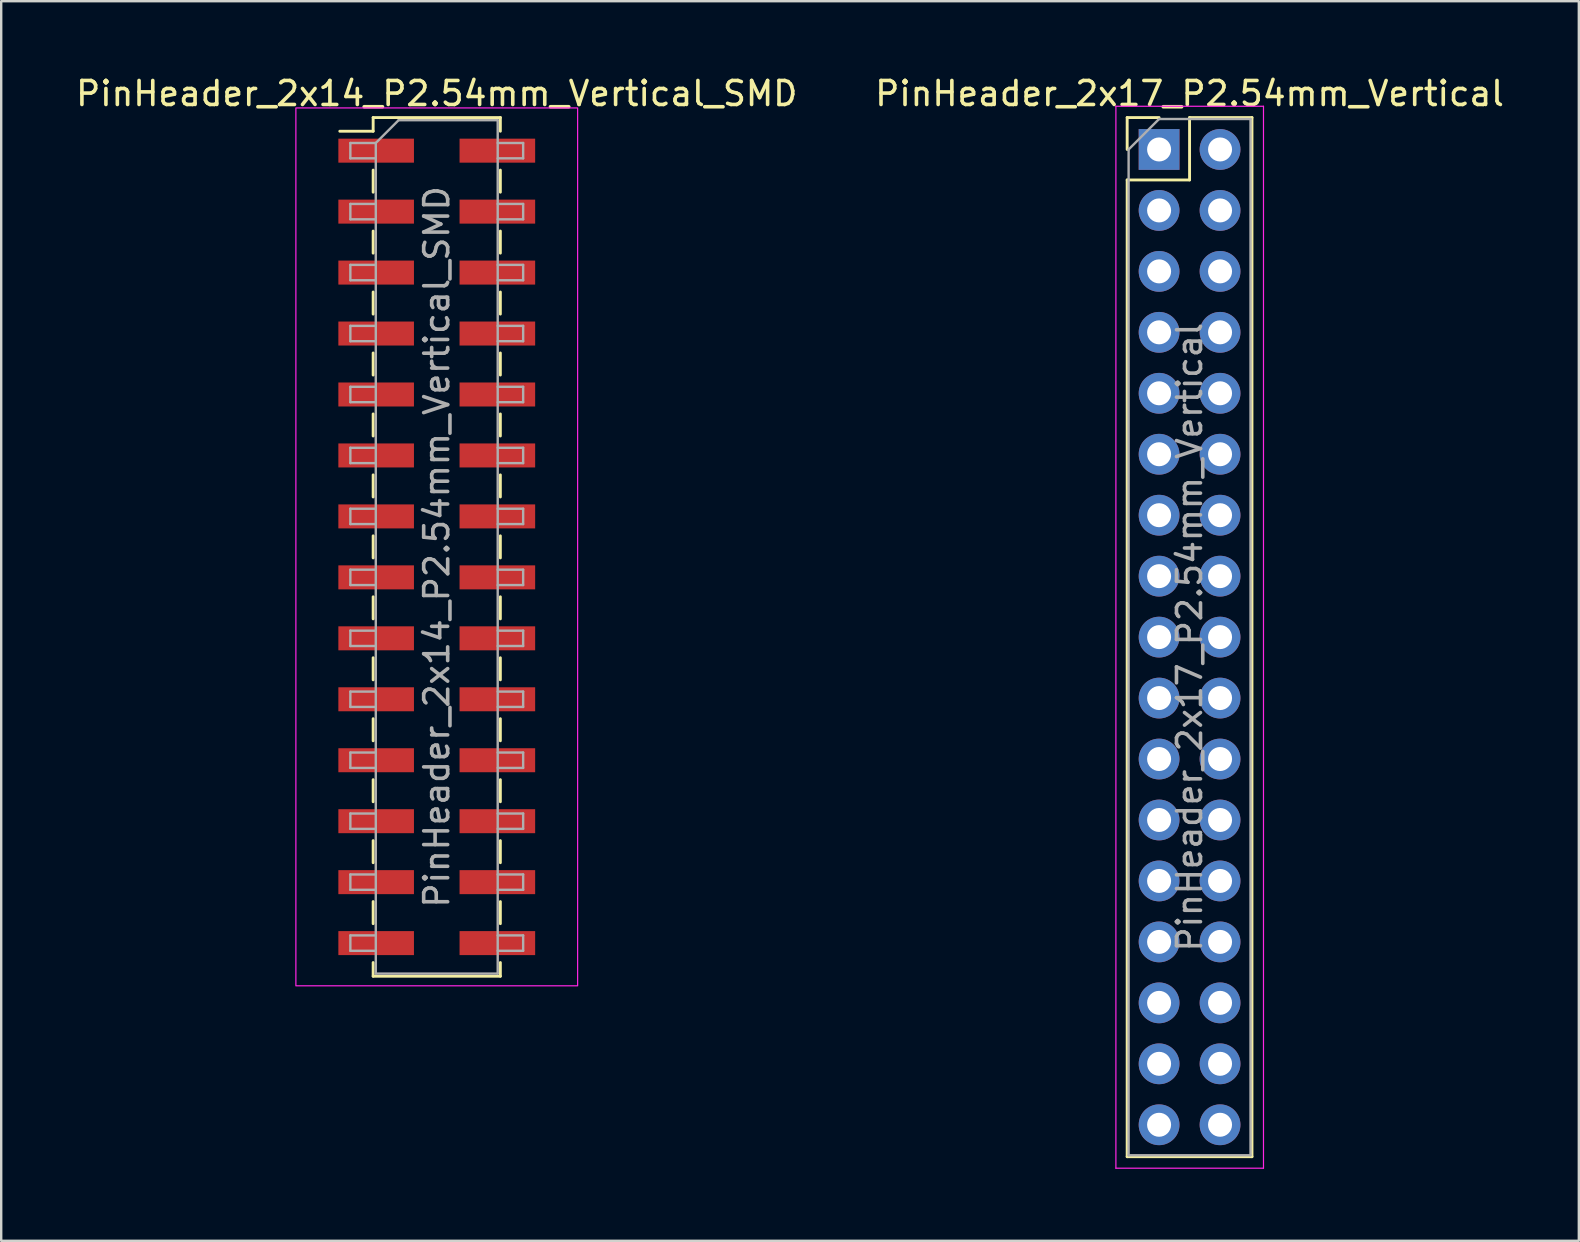
<source format=kicad_pcb>
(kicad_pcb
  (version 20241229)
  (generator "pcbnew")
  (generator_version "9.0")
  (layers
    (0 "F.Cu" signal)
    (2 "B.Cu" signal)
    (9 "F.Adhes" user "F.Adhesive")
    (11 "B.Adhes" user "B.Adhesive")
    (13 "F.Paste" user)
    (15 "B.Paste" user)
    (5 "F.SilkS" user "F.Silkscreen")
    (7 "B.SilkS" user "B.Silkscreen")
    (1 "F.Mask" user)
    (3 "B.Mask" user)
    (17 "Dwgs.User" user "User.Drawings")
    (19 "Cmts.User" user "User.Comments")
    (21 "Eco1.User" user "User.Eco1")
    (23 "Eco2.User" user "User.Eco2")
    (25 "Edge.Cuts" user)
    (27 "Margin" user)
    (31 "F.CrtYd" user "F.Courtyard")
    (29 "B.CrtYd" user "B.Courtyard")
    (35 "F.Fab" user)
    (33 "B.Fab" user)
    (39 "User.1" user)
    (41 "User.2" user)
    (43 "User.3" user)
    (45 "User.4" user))
  (footprint "PinHeader_2x14_P2.54mm_Vertical_SMD"
    (layer "F.Cu")
    (at 15.149 19.738)
    (property "Reference" "PinHeader_2x14_P2.54mm_Vertical_SMD" (at 0 -18.89 0) (layer "F.SilkS") (effects (font (size 1 1) (thickness 0.15))))
    (attr smd)
    (fp_line (start -4.04 -17.32) (end -2.65 -17.32) (stroke (width 0.12) (type solid)) (layer "F.SilkS"))
    (fp_line (start -2.65 -17.89) (end -2.65 -17.32) (stroke (width 0.12) (type solid)) (layer "F.SilkS"))
    (fp_line (start -2.65 -17.89) (end 2.65 -17.89) (stroke (width 0.12) (type solid)) (layer "F.SilkS"))
    (fp_line (start -2.65 -15.7) (end -2.65 -14.78) (stroke (width 0.12) (type solid)) (layer "F.SilkS"))
    (fp_line (start -2.65 -13.16) (end -2.65 -12.24) (stroke (width 0.12) (type solid)) (layer "F.SilkS"))
    (fp_line (start -2.65 -10.62) (end -2.65 -9.7) (stroke (width 0.12) (type solid)) (layer "F.SilkS"))
    (fp_line (start -2.65 -8.08) (end -2.65 -7.16) (stroke (width 0.12) (type solid)) (layer "F.SilkS"))
    (fp_line (start -2.65 -5.54) (end -2.65 -4.62) (stroke (width 0.12) (type solid)) (layer "F.SilkS"))
    (fp_line (start -2.65 -3) (end -2.65 -2.08) (stroke (width 0.12) (type solid)) (layer "F.SilkS"))
    (fp_line (start -2.65 -0.46) (end -2.65 0.46) (stroke (width 0.12) (type solid)) (layer "F.SilkS"))
    (fp_line (start -2.65 2.08) (end -2.65 3) (stroke (width 0.12) (type solid)) (layer "F.SilkS"))
    (fp_line (start -2.65 4.62) (end -2.65 5.54) (stroke (width 0.12) (type solid)) (layer "F.SilkS"))
    (fp_line (start -2.65 7.16) (end -2.65 8.08) (stroke (width 0.12) (type solid)) (layer "F.SilkS"))
    (fp_line (start -2.65 9.7) (end -2.65 10.62) (stroke (width 0.12) (type solid)) (layer "F.SilkS"))
    (fp_line (start -2.65 12.24) (end -2.65 13.16) (stroke (width 0.12) (type solid)) (layer "F.SilkS"))
    (fp_line (start -2.65 14.78) (end -2.65 15.7) (stroke (width 0.12) (type solid)) (layer "F.SilkS"))
    (fp_line (start -2.65 17.32) (end -2.65 17.89) (stroke (width 0.12) (type solid)) (layer "F.SilkS"))
    (fp_line (start -2.65 17.89) (end 2.65 17.89) (stroke (width 0.12) (type solid)) (layer "F.SilkS"))
    (fp_line (start 2.65 -17.89) (end 2.65 -17.32) (stroke (width 0.12) (type solid)) (layer "F.SilkS"))
    (fp_line (start 2.65 -15.7) (end 2.65 -14.78) (stroke (width 0.12) (type solid)) (layer "F.SilkS"))
    (fp_line (start 2.65 -13.16) (end 2.65 -12.24) (stroke (width 0.12) (type solid)) (layer "F.SilkS"))
    (fp_line (start 2.65 -10.62) (end 2.65 -9.7) (stroke (width 0.12) (type solid)) (layer "F.SilkS"))
    (fp_line (start 2.65 -8.08) (end 2.65 -7.16) (stroke (width 0.12) (type solid)) (layer "F.SilkS"))
    (fp_line (start 2.65 -5.54) (end 2.65 -4.62) (stroke (width 0.12) (type solid)) (layer "F.SilkS"))
    (fp_line (start 2.65 -3) (end 2.65 -2.08) (stroke (width 0.12) (type solid)) (layer "F.SilkS"))
    (fp_line (start 2.65 -0.46) (end 2.65 0.46) (stroke (width 0.12) (type solid)) (layer "F.SilkS"))
    (fp_line (start 2.65 2.08) (end 2.65 3) (stroke (width 0.12) (type solid)) (layer "F.SilkS"))
    (fp_line (start 2.65 4.62) (end 2.65 5.54) (stroke (width 0.12) (type solid)) (layer "F.SilkS"))
    (fp_line (start 2.65 7.16) (end 2.65 8.08) (stroke (width 0.12) (type solid)) (layer "F.SilkS"))
    (fp_line (start 2.65 9.7) (end 2.65 10.62) (stroke (width 0.12) (type solid)) (layer "F.SilkS"))
    (fp_line (start 2.65 12.24) (end 2.65 13.16) (stroke (width 0.12) (type solid)) (layer "F.SilkS"))
    (fp_line (start 2.65 14.78) (end 2.65 15.7) (stroke (width 0.12) (type solid)) (layer "F.SilkS"))
    (fp_line (start 2.65 17.32) (end 2.65 17.89) (stroke (width 0.12) (type solid)) (layer "F.SilkS"))
    (fp_rect (start -5.87 -18.29) (end 5.87 18.29) (stroke (width 0.05) (type solid)) (fill no) (layer "F.CrtYd"))
    (fp_line (start -3.6 -16.83) (end -3.6 -16.19) (stroke (width 0.1) (type solid)) (layer "F.Fab"))
    (fp_line (start -3.6 -16.19) (end -2.54 -16.19) (stroke (width 0.1) (type solid)) (layer "F.Fab"))
    (fp_line (start -3.6 -14.29) (end -3.6 -13.65) (stroke (width 0.1) (type solid)) (layer "F.Fab"))
    (fp_line (start -3.6 -13.65) (end -2.54 -13.65) (stroke (width 0.1) (type solid)) (layer "F.Fab"))
    (fp_line (start -3.6 -11.75) (end -3.6 -11.11) (stroke (width 0.1) (type solid)) (layer "F.Fab"))
    (fp_line (start -3.6 -11.11) (end -2.54 -11.11) (stroke (width 0.1) (type solid)) (layer "F.Fab"))
    (fp_line (start -3.6 -9.21) (end -3.6 -8.57) (stroke (width 0.1) (type solid)) (layer "F.Fab"))
    (fp_line (start -3.6 -8.57) (end -2.54 -8.57) (stroke (width 0.1) (type solid)) (layer "F.Fab"))
    (fp_line (start -3.6 -6.67) (end -3.6 -6.03) (stroke (width 0.1) (type solid)) (layer "F.Fab"))
    (fp_line (start -3.6 -6.03) (end -2.54 -6.03) (stroke (width 0.1) (type solid)) (layer "F.Fab"))
    (fp_line (start -3.6 -4.13) (end -3.6 -3.49) (stroke (width 0.1) (type solid)) (layer "F.Fab"))
    (fp_line (start -3.6 -3.49) (end -2.54 -3.49) (stroke (width 0.1) (type solid)) (layer "F.Fab"))
    (fp_line (start -3.6 -1.59) (end -3.6 -0.95) (stroke (width 0.1) (type solid)) (layer "F.Fab"))
    (fp_line (start -3.6 -0.95) (end -2.54 -0.95) (stroke (width 0.1) (type solid)) (layer "F.Fab"))
    (fp_line (start -3.6 0.95) (end -3.6 1.59) (stroke (width 0.1) (type solid)) (layer "F.Fab"))
    (fp_line (start -3.6 1.59) (end -2.54 1.59) (stroke (width 0.1) (type solid)) (layer "F.Fab"))
    (fp_line (start -3.6 3.49) (end -3.6 4.13) (stroke (width 0.1) (type solid)) (layer "F.Fab"))
    (fp_line (start -3.6 4.13) (end -2.54 4.13) (stroke (width 0.1) (type solid)) (layer "F.Fab"))
    (fp_line (start -3.6 6.03) (end -3.6 6.67) (stroke (width 0.1) (type solid)) (layer "F.Fab"))
    (fp_line (start -3.6 6.67) (end -2.54 6.67) (stroke (width 0.1) (type solid)) (layer "F.Fab"))
    (fp_line (start -3.6 8.57) (end -3.6 9.21) (stroke (width 0.1) (type solid)) (layer "F.Fab"))
    (fp_line (start -3.6 9.21) (end -2.54 9.21) (stroke (width 0.1) (type solid)) (layer "F.Fab"))
    (fp_line (start -3.6 11.11) (end -3.6 11.75) (stroke (width 0.1) (type solid)) (layer "F.Fab"))
    (fp_line (start -3.6 11.75) (end -2.54 11.75) (stroke (width 0.1) (type solid)) (layer "F.Fab"))
    (fp_line (start -3.6 13.65) (end -3.6 14.29) (stroke (width 0.1) (type solid)) (layer "F.Fab"))
    (fp_line (start -3.6 14.29) (end -2.54 14.29) (stroke (width 0.1) (type solid)) (layer "F.Fab"))
    (fp_line (start -3.6 16.19) (end -3.6 16.83) (stroke (width 0.1) (type solid)) (layer "F.Fab"))
    (fp_line (start -3.6 16.83) (end -2.54 16.83) (stroke (width 0.1) (type solid)) (layer "F.Fab"))
    (fp_line (start -2.54 -16.83) (end -3.6 -16.83) (stroke (width 0.1) (type solid)) (layer "F.Fab"))
    (fp_line (start -2.54 -16.83) (end -1.59 -17.78) (stroke (width 0.1) (type solid)) (layer "F.Fab"))
    (fp_line (start -2.54 -14.29) (end -3.6 -14.29) (stroke (width 0.1) (type solid)) (layer "F.Fab"))
    (fp_line (start -2.54 -11.75) (end -3.6 -11.75) (stroke (width 0.1) (type solid)) (layer "F.Fab"))
    (fp_line (start -2.54 -9.21) (end -3.6 -9.21) (stroke (width 0.1) (type solid)) (layer "F.Fab"))
    (fp_line (start -2.54 -6.67) (end -3.6 -6.67) (stroke (width 0.1) (type solid)) (layer "F.Fab"))
    (fp_line (start -2.54 -4.13) (end -3.6 -4.13) (stroke (width 0.1) (type solid)) (layer "F.Fab"))
    (fp_line (start -2.54 -1.59) (end -3.6 -1.59) (stroke (width 0.1) (type solid)) (layer "F.Fab"))
    (fp_line (start -2.54 0.95) (end -3.6 0.95) (stroke (width 0.1) (type solid)) (layer "F.Fab"))
    (fp_line (start -2.54 3.49) (end -3.6 3.49) (stroke (width 0.1) (type solid)) (layer "F.Fab"))
    (fp_line (start -2.54 6.03) (end -3.6 6.03) (stroke (width 0.1) (type solid)) (layer "F.Fab"))
    (fp_line (start -2.54 8.57) (end -3.6 8.57) (stroke (width 0.1) (type solid)) (layer "F.Fab"))
    (fp_line (start -2.54 11.11) (end -3.6 11.11) (stroke (width 0.1) (type solid)) (layer "F.Fab"))
    (fp_line (start -2.54 13.65) (end -3.6 13.65) (stroke (width 0.1) (type solid)) (layer "F.Fab"))
    (fp_line (start -2.54 16.19) (end -3.6 16.19) (stroke (width 0.1) (type solid)) (layer "F.Fab"))
    (fp_line (start -2.54 17.78) (end -2.54 -16.83) (stroke (width 0.1) (type solid)) (layer "F.Fab"))
    (fp_line (start -1.59 -17.78) (end 2.54 -17.78) (stroke (width 0.1) (type solid)) (layer "F.Fab"))
    (fp_line (start 2.54 -17.78) (end 2.54 17.78) (stroke (width 0.1) (type solid)) (layer "F.Fab"))
    (fp_line (start 2.54 -16.83) (end 3.6 -16.83) (stroke (width 0.1) (type solid)) (layer "F.Fab"))
    (fp_line (start 2.54 -14.29) (end 3.6 -14.29) (stroke (width 0.1) (type solid)) (layer "F.Fab"))
    (fp_line (start 2.54 -11.75) (end 3.6 -11.75) (stroke (width 0.1) (type solid)) (layer "F.Fab"))
    (fp_line (start 2.54 -9.21) (end 3.6 -9.21) (stroke (width 0.1) (type solid)) (layer "F.Fab"))
    (fp_line (start 2.54 -6.67) (end 3.6 -6.67) (stroke (width 0.1) (type solid)) (layer "F.Fab"))
    (fp_line (start 2.54 -4.13) (end 3.6 -4.13) (stroke (width 0.1) (type solid)) (layer "F.Fab"))
    (fp_line (start 2.54 -1.59) (end 3.6 -1.59) (stroke (width 0.1) (type solid)) (layer "F.Fab"))
    (fp_line (start 2.54 0.95) (end 3.6 0.95) (stroke (width 0.1) (type solid)) (layer "F.Fab"))
    (fp_line (start 2.54 3.49) (end 3.6 3.49) (stroke (width 0.1) (type solid)) (layer "F.Fab"))
    (fp_line (start 2.54 6.03) (end 3.6 6.03) (stroke (width 0.1) (type solid)) (layer "F.Fab"))
    (fp_line (start 2.54 8.57) (end 3.6 8.57) (stroke (width 0.1) (type solid)) (layer "F.Fab"))
    (fp_line (start 2.54 11.11) (end 3.6 11.11) (stroke (width 0.1) (type solid)) (layer "F.Fab"))
    (fp_line (start 2.54 13.65) (end 3.6 13.65) (stroke (width 0.1) (type solid)) (layer "F.Fab"))
    (fp_line (start 2.54 16.19) (end 3.6 16.19) (stroke (width 0.1) (type solid)) (layer "F.Fab"))
    (fp_line (start 2.54 17.78) (end -2.54 17.78) (stroke (width 0.1) (type solid)) (layer "F.Fab"))
    (fp_line (start 3.6 -16.83) (end 3.6 -16.19) (stroke (width 0.1) (type solid)) (layer "F.Fab"))
    (fp_line (start 3.6 -16.19) (end 2.54 -16.19) (stroke (width 0.1) (type solid)) (layer "F.Fab"))
    (fp_line (start 3.6 -14.29) (end 3.6 -13.65) (stroke (width 0.1) (type solid)) (layer "F.Fab"))
    (fp_line (start 3.6 -13.65) (end 2.54 -13.65) (stroke (width 0.1) (type solid)) (layer "F.Fab"))
    (fp_line (start 3.6 -11.75) (end 3.6 -11.11) (stroke (width 0.1) (type solid)) (layer "F.Fab"))
    (fp_line (start 3.6 -11.11) (end 2.54 -11.11) (stroke (width 0.1) (type solid)) (layer "F.Fab"))
    (fp_line (start 3.6 -9.21) (end 3.6 -8.57) (stroke (width 0.1) (type solid)) (layer "F.Fab"))
    (fp_line (start 3.6 -8.57) (end 2.54 -8.57) (stroke (width 0.1) (type solid)) (layer "F.Fab"))
    (fp_line (start 3.6 -6.67) (end 3.6 -6.03) (stroke (width 0.1) (type solid)) (layer "F.Fab"))
    (fp_line (start 3.6 -6.03) (end 2.54 -6.03) (stroke (width 0.1) (type solid)) (layer "F.Fab"))
    (fp_line (start 3.6 -4.13) (end 3.6 -3.49) (stroke (width 0.1) (type solid)) (layer "F.Fab"))
    (fp_line (start 3.6 -3.49) (end 2.54 -3.49) (stroke (width 0.1) (type solid)) (layer "F.Fab"))
    (fp_line (start 3.6 -1.59) (end 3.6 -0.95) (stroke (width 0.1) (type solid)) (layer "F.Fab"))
    (fp_line (start 3.6 -0.95) (end 2.54 -0.95) (stroke (width 0.1) (type solid)) (layer "F.Fab"))
    (fp_line (start 3.6 0.95) (end 3.6 1.59) (stroke (width 0.1) (type solid)) (layer "F.Fab"))
    (fp_line (start 3.6 1.59) (end 2.54 1.59) (stroke (width 0.1) (type solid)) (layer "F.Fab"))
    (fp_line (start 3.6 3.49) (end 3.6 4.13) (stroke (width 0.1) (type solid)) (layer "F.Fab"))
    (fp_line (start 3.6 4.13) (end 2.54 4.13) (stroke (width 0.1) (type solid)) (layer "F.Fab"))
    (fp_line (start 3.6 6.03) (end 3.6 6.67) (stroke (width 0.1) (type solid)) (layer "F.Fab"))
    (fp_line (start 3.6 6.67) (end 2.54 6.67) (stroke (width 0.1) (type solid)) (layer "F.Fab"))
    (fp_line (start 3.6 8.57) (end 3.6 9.21) (stroke (width 0.1) (type solid)) (layer "F.Fab"))
    (fp_line (start 3.6 9.21) (end 2.54 9.21) (stroke (width 0.1) (type solid)) (layer "F.Fab"))
    (fp_line (start 3.6 11.11) (end 3.6 11.75) (stroke (width 0.1) (type solid)) (layer "F.Fab"))
    (fp_line (start 3.6 11.75) (end 2.54 11.75) (stroke (width 0.1) (type solid)) (layer "F.Fab"))
    (fp_line (start 3.6 13.65) (end 3.6 14.29) (stroke (width 0.1) (type solid)) (layer "F.Fab"))
    (fp_line (start 3.6 14.29) (end 2.54 14.29) (stroke (width 0.1) (type solid)) (layer "F.Fab"))
    (fp_line (start 3.6 16.19) (end 3.6 16.83) (stroke (width 0.1) (type solid)) (layer "F.Fab"))
    (fp_line (start 3.6 16.83) (end 2.54 16.83) (stroke (width 0.1) (type solid)) (layer "F.Fab"))
    (fp_text user "${REFERENCE}" (at 0 0 90) (layer "F.Fab") (effects (font (size 1 1) (thickness 0.15))))
    (pad "1" smd rect (at -2.525 -16.51) (size 3.15 1) (layers "F.Cu" "F.Mask" "F.Paste"))
    (pad "2" smd rect (at 2.525 -16.51) (size 3.15 1) (layers "F.Cu" "F.Mask" "F.Paste"))
    (pad "3" smd rect (at -2.525 -13.97) (size 3.15 1) (layers "F.Cu" "F.Mask" "F.Paste"))
    (pad "4" smd rect (at 2.525 -13.97) (size 3.15 1) (layers "F.Cu" "F.Mask" "F.Paste"))
    (pad "5" smd rect (at -2.525 -11.43) (size 3.15 1) (layers "F.Cu" "F.Mask" "F.Paste"))
    (pad "6" smd rect (at 2.525 -11.43) (size 3.15 1) (layers "F.Cu" "F.Mask" "F.Paste"))
    (pad "7" smd rect (at -2.525 -8.89) (size 3.15 1) (layers "F.Cu" "F.Mask" "F.Paste"))
    (pad "8" smd rect (at 2.525 -8.89) (size 3.15 1) (layers "F.Cu" "F.Mask" "F.Paste"))
    (pad "9" smd rect (at -2.525 -6.35) (size 3.15 1) (layers "F.Cu" "F.Mask" "F.Paste"))
    (pad "10" smd rect (at 2.525 -6.35) (size 3.15 1) (layers "F.Cu" "F.Mask" "F.Paste"))
    (pad "11" smd rect (at -2.525 -3.81) (size 3.15 1) (layers "F.Cu" "F.Mask" "F.Paste"))
    (pad "12" smd rect (at 2.525 -3.81) (size 3.15 1) (layers "F.Cu" "F.Mask" "F.Paste"))
    (pad "13" smd rect (at -2.525 -1.27) (size 3.15 1) (layers "F.Cu" "F.Mask" "F.Paste"))
    (pad "14" smd rect (at 2.525 -1.27) (size 3.15 1) (layers "F.Cu" "F.Mask" "F.Paste"))
    (pad "15" smd rect (at -2.525 1.27) (size 3.15 1) (layers "F.Cu" "F.Mask" "F.Paste"))
    (pad "16" smd rect (at 2.525 1.27) (size 3.15 1) (layers "F.Cu" "F.Mask" "F.Paste"))
    (pad "17" smd rect (at -2.525 3.81) (size 3.15 1) (layers "F.Cu" "F.Mask" "F.Paste"))
    (pad "18" smd rect (at 2.525 3.81) (size 3.15 1) (layers "F.Cu" "F.Mask" "F.Paste"))
    (pad "19" smd rect (at -2.525 6.35) (size 3.15 1) (layers "F.Cu" "F.Mask" "F.Paste"))
    (pad "20" smd rect (at 2.525 6.35) (size 3.15 1) (layers "F.Cu" "F.Mask" "F.Paste"))
    (pad "21" smd rect (at -2.525 8.89) (size 3.15 1) (layers "F.Cu" "F.Mask" "F.Paste"))
    (pad "22" smd rect (at 2.525 8.89) (size 3.15 1) (layers "F.Cu" "F.Mask" "F.Paste"))
    (pad "23" smd rect (at -2.525 11.43) (size 3.15 1) (layers "F.Cu" "F.Mask" "F.Paste"))
    (pad "24" smd rect (at 2.525 11.43) (size 3.15 1) (layers "F.Cu" "F.Mask" "F.Paste"))
    (pad "25" smd rect (at -2.525 13.97) (size 3.15 1) (layers "F.Cu" "F.Mask" "F.Paste"))
    (pad "26" smd rect (at 2.525 13.97) (size 3.15 1) (layers "F.Cu" "F.Mask" "F.Paste"))
    (pad "27" smd rect (at -2.525 16.51) (size 3.15 1) (layers "F.Cu" "F.Mask" "F.Paste"))
    (pad "28" smd rect (at 2.525 16.51) (size 3.15 1) (layers "F.Cu" "F.Mask" "F.Paste")))
  (footprint "PinHeader_2x17_P2.54mm_Vertical"
    (layer "F.Cu")
    (at 45.248 3.178)
    (property "Reference" "PinHeader_2x17_P2.54mm_Vertical" (at 1.27 -2.33 0) (layer "F.SilkS") (effects (font (size 1 1) (thickness 0.15))))
    (attr through_hole)
    (fp_line (start -1.33 -1.33) (end 0 -1.33) (stroke (width 0.12) (type solid)) (layer "F.SilkS"))
    (fp_line (start -1.33 0) (end -1.33 -1.33) (stroke (width 0.12) (type solid)) (layer "F.SilkS"))
    (fp_line (start -1.33 1.27) (end -1.33 41.97) (stroke (width 0.12) (type solid)) (layer "F.SilkS"))
    (fp_line (start -1.33 1.27) (end 1.27 1.27) (stroke (width 0.12) (type solid)) (layer "F.SilkS"))
    (fp_line (start -1.33 41.97) (end 3.87 41.97) (stroke (width 0.12) (type solid)) (layer "F.SilkS"))
    (fp_line (start 1.27 -1.33) (end 3.87 -1.33) (stroke (width 0.12) (type solid)) (layer "F.SilkS"))
    (fp_line (start 1.27 1.27) (end 1.27 -1.33) (stroke (width 0.12) (type solid)) (layer "F.SilkS"))
    (fp_line (start 3.87 -1.33) (end 3.87 41.97) (stroke (width 0.12) (type solid)) (layer "F.SilkS"))
    (fp_line (start -1.8 -1.8) (end -1.8 42.45) (stroke (width 0.05) (type solid)) (layer "F.CrtYd"))
    (fp_line (start -1.8 42.45) (end 4.35 42.45) (stroke (width 0.05) (type solid)) (layer "F.CrtYd"))
    (fp_line (start 4.35 -1.8) (end -1.8 -1.8) (stroke (width 0.05) (type solid)) (layer "F.CrtYd"))
    (fp_line (start 4.35 42.45) (end 4.35 -1.8) (stroke (width 0.05) (type solid)) (layer "F.CrtYd"))
    (fp_line (start -1.27 0) (end 0 -1.27) (stroke (width 0.1) (type solid)) (layer "F.Fab"))
    (fp_line (start -1.27 41.91) (end -1.27 0) (stroke (width 0.1) (type solid)) (layer "F.Fab"))
    (fp_line (start 0 -1.27) (end 3.81 -1.27) (stroke (width 0.1) (type solid)) (layer "F.Fab"))
    (fp_line (start 3.81 -1.27) (end 3.81 41.91) (stroke (width 0.1) (type solid)) (layer "F.Fab"))
    (fp_line (start 3.81 41.91) (end -1.27 41.91) (stroke (width 0.1) (type solid)) (layer "F.Fab"))
    (fp_text user "${REFERENCE}" (at 1.27 20.32 90) (layer "F.Fab") (effects (font (size 1 1) (thickness 0.15))))
    (pad "1" thru_hole rect (at 0 0) (size 1.7 1.7) (drill 1) (layers "*.Cu" "*.Mask"))
    (pad "2" thru_hole oval (at 2.54 0) (size 1.7 1.7) (drill 1) (layers "*.Cu" "*.Mask"))
    (pad "3" thru_hole oval (at 0 2.54) (size 1.7 1.7) (drill 1) (layers "*.Cu" "*.Mask"))
    (pad "4" thru_hole oval (at 2.54 2.54) (size 1.7 1.7) (drill 1) (layers "*.Cu" "*.Mask"))
    (pad "5" thru_hole oval (at 0 5.08) (size 1.7 1.7) (drill 1) (layers "*.Cu" "*.Mask"))
    (pad "6" thru_hole oval (at 2.54 5.08) (size 1.7 1.7) (drill 1) (layers "*.Cu" "*.Mask"))
    (pad "7" thru_hole oval (at 0 7.62) (size 1.7 1.7) (drill 1) (layers "*.Cu" "*.Mask"))
    (pad "8" thru_hole oval (at 2.54 7.62) (size 1.7 1.7) (drill 1) (layers "*.Cu" "*.Mask"))
    (pad "9" thru_hole oval (at 0 10.16) (size 1.7 1.7) (drill 1) (layers "*.Cu" "*.Mask"))
    (pad "10" thru_hole oval (at 2.54 10.16) (size 1.7 1.7) (drill 1) (layers "*.Cu" "*.Mask"))
    (pad "11" thru_hole oval (at 0 12.7) (size 1.7 1.7) (drill 1) (layers "*.Cu" "*.Mask"))
    (pad "12" thru_hole oval (at 2.54 12.7) (size 1.7 1.7) (drill 1) (layers "*.Cu" "*.Mask"))
    (pad "13" thru_hole oval (at 0 15.24) (size 1.7 1.7) (drill 1) (layers "*.Cu" "*.Mask"))
    (pad "14" thru_hole oval (at 2.54 15.24) (size 1.7 1.7) (drill 1) (layers "*.Cu" "*.Mask"))
    (pad "15" thru_hole oval (at 0 17.78) (size 1.7 1.7) (drill 1) (layers "*.Cu" "*.Mask"))
    (pad "16" thru_hole oval (at 2.54 17.78) (size 1.7 1.7) (drill 1) (layers "*.Cu" "*.Mask"))
    (pad "17" thru_hole oval (at 0 20.32) (size 1.7 1.7) (drill 1) (layers "*.Cu" "*.Mask"))
    (pad "18" thru_hole oval (at 2.54 20.32) (size 1.7 1.7) (drill 1) (layers "*.Cu" "*.Mask"))
    (pad "19" thru_hole oval (at 0 22.86) (size 1.7 1.7) (drill 1) (layers "*.Cu" "*.Mask"))
    (pad "20" thru_hole oval (at 2.54 22.86) (size 1.7 1.7) (drill 1) (layers "*.Cu" "*.Mask"))
    (pad "21" thru_hole oval (at 0 25.4) (size 1.7 1.7) (drill 1) (layers "*.Cu" "*.Mask"))
    (pad "22" thru_hole oval (at 2.54 25.4) (size 1.7 1.7) (drill 1) (layers "*.Cu" "*.Mask"))
    (pad "23" thru_hole oval (at 0 27.94) (size 1.7 1.7) (drill 1) (layers "*.Cu" "*.Mask"))
    (pad "24" thru_hole oval (at 2.54 27.94) (size 1.7 1.7) (drill 1) (layers "*.Cu" "*.Mask"))
    (pad "25" thru_hole oval (at 0 30.48) (size 1.7 1.7) (drill 1) (layers "*.Cu" "*.Mask"))
    (pad "26" thru_hole oval (at 2.54 30.48) (size 1.7 1.7) (drill 1) (layers "*.Cu" "*.Mask"))
    (pad "27" thru_hole oval (at 0 33.02) (size 1.7 1.7) (drill 1) (layers "*.Cu" "*.Mask"))
    (pad "28" thru_hole oval (at 2.54 33.02) (size 1.7 1.7) (drill 1) (layers "*.Cu" "*.Mask"))
    (pad "29" thru_hole oval (at 0 35.56) (size 1.7 1.7) (drill 1) (layers "*.Cu" "*.Mask"))
    (pad "30" thru_hole oval (at 2.54 35.56) (size 1.7 1.7) (drill 1) (layers "*.Cu" "*.Mask"))
    (pad "31" thru_hole oval (at 0 38.1) (size 1.7 1.7) (drill 1) (layers "*.Cu" "*.Mask"))
    (pad "32" thru_hole oval (at 2.54 38.1) (size 1.7 1.7) (drill 1) (layers "*.Cu" "*.Mask"))
    (pad "33" thru_hole oval (at 0 40.64) (size 1.7 1.7) (drill 1) (layers "*.Cu" "*.Mask"))
    (pad "34" thru_hole oval (at 2.54 40.64) (size 1.7 1.7) (drill 1) (layers "*.Cu" "*.Mask")))
  (gr_rect
    (start -3 -3)
    (end 62.738 48.653)
    (stroke (width 0.1) (type default))
    (fill no)
    (layer "Edge.Cuts")))
</source>
